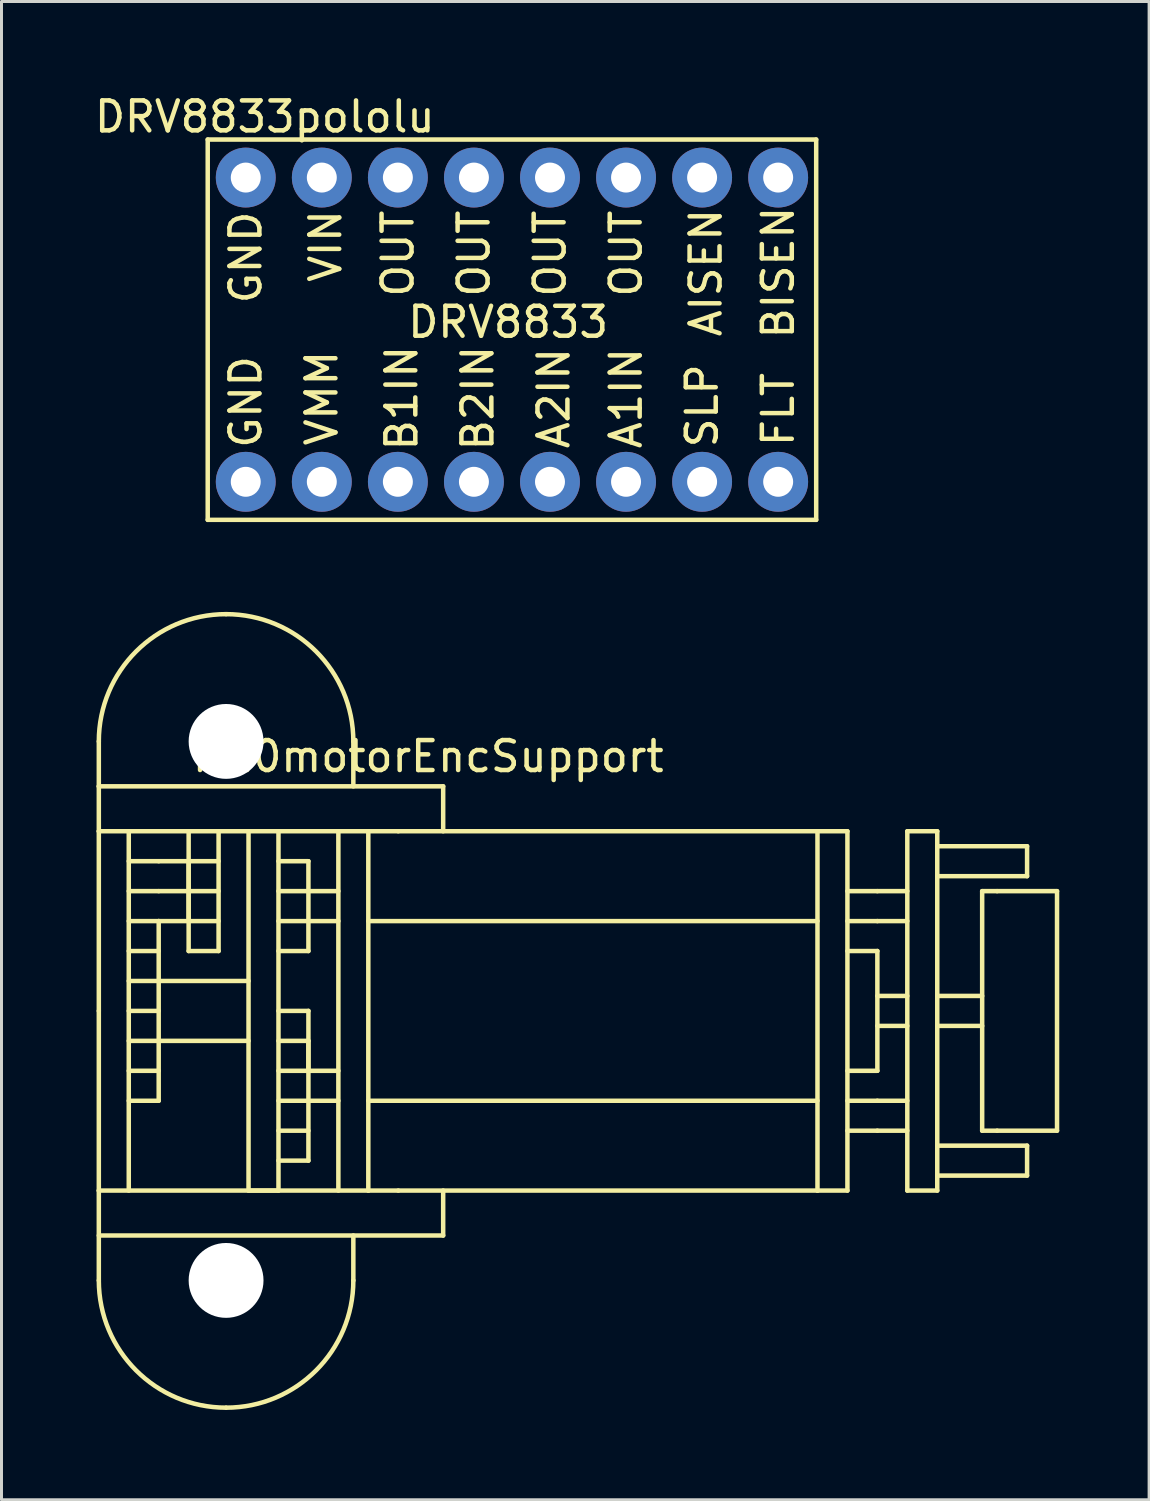
<source format=kicad_pcb>
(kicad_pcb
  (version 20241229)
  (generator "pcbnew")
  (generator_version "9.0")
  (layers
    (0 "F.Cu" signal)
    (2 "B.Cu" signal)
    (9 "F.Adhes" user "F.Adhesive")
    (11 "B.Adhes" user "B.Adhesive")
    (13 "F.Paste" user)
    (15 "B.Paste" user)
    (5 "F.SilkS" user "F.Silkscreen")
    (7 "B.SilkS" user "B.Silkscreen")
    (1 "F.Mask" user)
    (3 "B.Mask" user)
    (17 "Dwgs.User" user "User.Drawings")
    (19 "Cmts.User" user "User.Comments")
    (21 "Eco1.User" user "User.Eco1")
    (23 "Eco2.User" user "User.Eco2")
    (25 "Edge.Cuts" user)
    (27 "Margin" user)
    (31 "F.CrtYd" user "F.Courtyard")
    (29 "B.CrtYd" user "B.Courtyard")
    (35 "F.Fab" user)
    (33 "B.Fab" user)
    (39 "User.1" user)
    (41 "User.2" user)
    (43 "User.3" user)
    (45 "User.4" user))
  (footprint "N20motorEncSupport"
    (layer "F.Cu")
    (at 0.25 30.71)
    (property "Reference" "N20motorEncSupport" (at 11 -8.5 0) (layer "F.SilkS") (effects (font (size 1 1) (thickness 0.15))))
    (attr through_hole)
    (fp_line (start 0 -7.5) (end 0 -9) (stroke (width 0.15) (type solid)) (layer "F.SilkS"))
    (fp_line (start 0 -7.5) (end 11.5 -7.5) (stroke (width 0.15) (type solid)) (layer "F.SilkS"))
    (fp_line (start 0 -6) (end 0 -7.5) (stroke (width 0.15) (type solid)) (layer "F.SilkS"))
    (fp_line (start 0 0) (end 0 -6) (stroke (width 0.15) (type solid)) (layer "F.SilkS"))
    (fp_line (start 0 0) (end 0 6) (stroke (width 0.15) (type solid)) (layer "F.SilkS"))
    (fp_line (start 0 6) (end 9 6) (stroke (width 0.15) (type solid)) (layer "F.SilkS"))
    (fp_line (start 0 7.5) (end 11.5 7.5) (stroke (width 0.15) (type solid)) (layer "F.SilkS"))
    (fp_line (start 0 9) (end 0 6) (stroke (width 0.15) (type solid)) (layer "F.SilkS"))
    (fp_line (start 1 -6) (end 1 6) (stroke (width 0.15) (type solid)) (layer "F.SilkS"))
    (fp_line (start 1 -5) (end 2 -5) (stroke (width 0.15) (type solid)) (layer "F.SilkS"))
    (fp_line (start 1 -2) (end 2 -2) (stroke (width 0.15) (type solid)) (layer "F.SilkS"))
    (fp_line (start 1 -1) (end 5 -1) (stroke (width 0.15) (type solid)) (layer "F.SilkS"))
    (fp_line (start 1 0) (end 2 0) (stroke (width 0.15) (type solid)) (layer "F.SilkS"))
    (fp_line (start 1 1) (end 5 1) (stroke (width 0.15) (type solid)) (layer "F.SilkS"))
    (fp_line (start 1 2) (end 2 2) (stroke (width 0.15) (type solid)) (layer "F.SilkS"))
    (fp_line (start 1 3) (end 2 3) (stroke (width 0.15) (type solid)) (layer "F.SilkS"))
    (fp_line (start 2 -5) (end 3 -5) (stroke (width 0.15) (type solid)) (layer "F.SilkS"))
    (fp_line (start 2 -4) (end 1 -4) (stroke (width 0.15) (type solid)) (layer "F.SilkS"))
    (fp_line (start 2 -4) (end 3 -4) (stroke (width 0.15) (type solid)) (layer "F.SilkS"))
    (fp_line (start 2 -3) (end 1 -3) (stroke (width 0.15) (type solid)) (layer "F.SilkS"))
    (fp_line (start 2 -1) (end 2 -3) (stroke (width 0.15) (type solid)) (layer "F.SilkS"))
    (fp_line (start 2 -1) (end 2 1) (stroke (width 0.15) (type solid)) (layer "F.SilkS"))
    (fp_line (start 2 3) (end 2 1) (stroke (width 0.15) (type solid)) (layer "F.SilkS"))
    (fp_line (start 3 -6) (end 3 -2) (stroke (width 0.15) (type solid)) (layer "F.SilkS"))
    (fp_line (start 3 -5) (end 3 -3) (stroke (width 0.15) (type solid)) (layer "F.SilkS"))
    (fp_line (start 3 -5) (end 4 -5) (stroke (width 0.15) (type solid)) (layer "F.SilkS"))
    (fp_line (start 3 -4) (end 4 -4) (stroke (width 0.15) (type solid)) (layer "F.SilkS"))
    (fp_line (start 3 -3) (end 2 -3) (stroke (width 0.15) (type solid)) (layer "F.SilkS"))
    (fp_line (start 3 -3) (end 4 -3) (stroke (width 0.15) (type solid)) (layer "F.SilkS"))
    (fp_line (start 3 -2) (end 4 -2) (stroke (width 0.15) (type solid)) (layer "F.SilkS"))
    (fp_line (start 4 -2) (end 4 -6) (stroke (width 0.15) (type solid)) (layer "F.SilkS"))
    (fp_line (start 5 -6) (end 5 6) (stroke (width 0.15) (type solid)) (layer "F.SilkS"))
    (fp_line (start 5 6) (end 6 6) (stroke (width 0.15) (type solid)) (layer "F.SilkS"))
    (fp_line (start 6 -5) (end 7 -5) (stroke (width 0.15) (type solid)) (layer "F.SilkS"))
    (fp_line (start 6 0) (end 7 0) (stroke (width 0.15) (type solid)) (layer "F.SilkS"))
    (fp_line (start 6 1) (end 7 1) (stroke (width 0.15) (type solid)) (layer "F.SilkS"))
    (fp_line (start 6 2) (end 7 2) (stroke (width 0.15) (type solid)) (layer "F.SilkS"))
    (fp_line (start 6 3) (end 7 3) (stroke (width 0.15) (type solid)) (layer "F.SilkS"))
    (fp_line (start 6 4) (end 7 4) (stroke (width 0.15) (type solid)) (layer "F.SilkS"))
    (fp_line (start 6 6) (end 6 -6) (stroke (width 0.15) (type solid)) (layer "F.SilkS"))
    (fp_line (start 7 -5) (end 7 -2) (stroke (width 0.15) (type solid)) (layer "F.SilkS"))
    (fp_line (start 7 -4) (end 6 -4) (stroke (width 0.15) (type solid)) (layer "F.SilkS"))
    (fp_line (start 7 -4) (end 8 -4) (stroke (width 0.15) (type solid)) (layer "F.SilkS"))
    (fp_line (start 7 -3) (end 6 -3) (stroke (width 0.15) (type solid)) (layer "F.SilkS"))
    (fp_line (start 7 -3) (end 8 -3) (stroke (width 0.15) (type solid)) (layer "F.SilkS"))
    (fp_line (start 7 -2) (end 6 -2) (stroke (width 0.15) (type solid)) (layer "F.SilkS"))
    (fp_line (start 7 0) (end 7 5) (stroke (width 0.15) (type solid)) (layer "F.SilkS"))
    (fp_line (start 7 1) (end 7 2) (stroke (width 0.15) (type solid)) (layer "F.SilkS"))
    (fp_line (start 7 2) (end 8 2) (stroke (width 0.15) (type solid)) (layer "F.SilkS"))
    (fp_line (start 7 3) (end 8 3) (stroke (width 0.15) (type solid)) (layer "F.SilkS"))
    (fp_line (start 7 5) (end 6 5) (stroke (width 0.15) (type solid)) (layer "F.SilkS"))
    (fp_line (start 8 -6) (end 8 6) (stroke (width 0.15) (type solid)) (layer "F.SilkS"))
    (fp_line (start 8.5 -9) (end 8.5 -7.5) (stroke (width 0.15) (type solid)) (layer "F.SilkS"))
    (fp_line (start 8.5 9) (end 8.5 7.5) (stroke (width 0.15) (type solid)) (layer "F.SilkS"))
    (fp_line (start 9 -6) (end 0 -6) (stroke (width 0.15) (type solid)) (layer "F.SilkS"))
    (fp_line (start 9 -3) (end 24 -3) (stroke (width 0.15) (type solid)) (layer "F.SilkS"))
    (fp_line (start 9 3) (end 24 3) (stroke (width 0.15) (type solid)) (layer "F.SilkS"))
    (fp_line (start 9 6) (end 9 -6) (stroke (width 0.15) (type solid)) (layer "F.SilkS"))
    (fp_line (start 10 -6) (end 9 -6) (stroke (width 0.15) (type solid)) (layer "F.SilkS"))
    (fp_line (start 10 -6) (end 24 -6) (stroke (width 0.15) (type solid)) (layer "F.SilkS"))
    (fp_line (start 10 6) (end 9 6) (stroke (width 0.15) (type solid)) (layer "F.SilkS"))
    (fp_line (start 11.5 -7.5) (end 11.5 -6) (stroke (width 0.15) (type solid)) (layer "F.SilkS"))
    (fp_line (start 11.5 7.5) (end 11.5 6) (stroke (width 0.15) (type solid)) (layer "F.SilkS"))
    (fp_line (start 24 -6) (end 24 6) (stroke (width 0.15) (type solid)) (layer "F.SilkS"))
    (fp_line (start 24 -6) (end 25 -6) (stroke (width 0.15) (type solid)) (layer "F.SilkS"))
    (fp_line (start 24 6) (end 10 6) (stroke (width 0.15) (type solid)) (layer "F.SilkS"))
    (fp_line (start 25 -6) (end 25 6) (stroke (width 0.15) (type solid)) (layer "F.SilkS"))
    (fp_line (start 25 -4) (end 26 -4) (stroke (width 0.15) (type solid)) (layer "F.SilkS"))
    (fp_line (start 25 -2) (end 26 -2) (stroke (width 0.15) (type solid)) (layer "F.SilkS"))
    (fp_line (start 25 4) (end 26 4) (stroke (width 0.15) (type solid)) (layer "F.SilkS"))
    (fp_line (start 25 6) (end 24 6) (stroke (width 0.15) (type solid)) (layer "F.SilkS"))
    (fp_line (start 26 -4) (end 27 -4) (stroke (width 0.15) (type solid)) (layer "F.SilkS"))
    (fp_line (start 26 -3) (end 25 -3) (stroke (width 0.15) (type solid)) (layer "F.SilkS"))
    (fp_line (start 26 -3) (end 27 -3) (stroke (width 0.15) (type solid)) (layer "F.SilkS"))
    (fp_line (start 26 -2) (end 26 2) (stroke (width 0.15) (type solid)) (layer "F.SilkS"))
    (fp_line (start 26 -0.5) (end 27 -0.5) (stroke (width 0.15) (type solid)) (layer "F.SilkS"))
    (fp_line (start 26 0.5) (end 27 0.5) (stroke (width 0.15) (type solid)) (layer "F.SilkS"))
    (fp_line (start 26 2) (end 25 2) (stroke (width 0.15) (type solid)) (layer "F.SilkS"))
    (fp_line (start 26 3) (end 25 3) (stroke (width 0.15) (type solid)) (layer "F.SilkS"))
    (fp_line (start 26 3) (end 27 3) (stroke (width 0.15) (type solid)) (layer "F.SilkS"))
    (fp_line (start 26 4) (end 27 4) (stroke (width 0.15) (type solid)) (layer "F.SilkS"))
    (fp_line (start 27 -6) (end 27 6) (stroke (width 0.15) (type solid)) (layer "F.SilkS"))
    (fp_line (start 27 6) (end 28 6) (stroke (width 0.15) (type solid)) (layer "F.SilkS"))
    (fp_line (start 28 -6) (end 27 -6) (stroke (width 0.15) (type solid)) (layer "F.SilkS"))
    (fp_line (start 28 -4.5) (end 31 -4.5) (stroke (width 0.15) (type solid)) (layer "F.SilkS"))
    (fp_line (start 28 -0.5) (end 29.5 -0.5) (stroke (width 0.15) (type solid)) (layer "F.SilkS"))
    (fp_line (start 28 0.5) (end 29.5 0.5) (stroke (width 0.15) (type solid)) (layer "F.SilkS"))
    (fp_line (start 28 4.5) (end 31 4.5) (stroke (width 0.15) (type solid)) (layer "F.SilkS"))
    (fp_line (start 28 6) (end 28 -6) (stroke (width 0.15) (type solid)) (layer "F.SilkS"))
    (fp_line (start 29.5 -4) (end 29.5 4) (stroke (width 0.15) (type solid)) (layer "F.SilkS"))
    (fp_line (start 30 -4) (end 29.5 -4) (stroke (width 0.15) (type solid)) (layer "F.SilkS"))
    (fp_line (start 30 4) (end 29.5 4) (stroke (width 0.15) (type solid)) (layer "F.SilkS"))
    (fp_line (start 30 4) (end 32 4) (stroke (width 0.15) (type solid)) (layer "F.SilkS"))
    (fp_line (start 31 -5.5) (end 28 -5.5) (stroke (width 0.15) (type solid)) (layer "F.SilkS"))
    (fp_line (start 31 -4.5) (end 31 -5.5) (stroke (width 0.15) (type solid)) (layer "F.SilkS"))
    (fp_line (start 31 4.5) (end 31 5.5) (stroke (width 0.15) (type solid)) (layer "F.SilkS"))
    (fp_line (start 31 5.5) (end 28 5.5) (stroke (width 0.15) (type solid)) (layer "F.SilkS"))
    (fp_line (start 32 -4) (end 30 -4) (stroke (width 0.15) (type solid)) (layer "F.SilkS"))
    (fp_line (start 32 4) (end 32 -4) (stroke (width 0.15) (type solid)) (layer "F.SilkS"))
    (fp_arc (start 0 -9) (mid 1.244796 -12.005204) (end 4.25 -13.25) (stroke (width 0.15) (type solid)) (layer "F.SilkS"))
    (fp_arc (start 4.25 -13.25) (mid 7.255204 -12.005204) (end 8.5 -9) (stroke (width 0.15) (type solid)) (layer "F.SilkS"))
    (fp_arc (start 4.25 13.25) (mid 1.244796 12.005204) (end 0 9) (stroke (width 0.15) (type solid)) (layer "F.SilkS"))
    (fp_arc (start 8.5 9) (mid 7.255204 12.005204) (end 4.25 13.25) (stroke (width 0.15) (type solid)) (layer "F.SilkS"))
    (pad "" np_thru_hole circle (at 4.25 -9) (size 2.5 2.5) (drill 2.5) (layers "*.Cu" "*.Mask"))
    (pad "" np_thru_hole circle (at 4.25 9) (size 2.5 2.5) (drill 2.5) (layers "*.Cu" "*.Mask")))
  (footprint "DRV8833pololu"
    (layer "F.Cu")
    (at 5.157 13.04)
    (property "Reference" "DRV8833pololu" (at 0.635 -12.192 0) (layer "F.SilkS") (effects (font (size 1 1) (thickness 0.15))))
    (attr through_hole)
    (fp_line (start -1.27 -11.43) (end -1.27 1.27) (stroke (width 0.15) (type solid)) (layer "F.SilkS"))
    (fp_line (start -1.27 1.27) (end 19.05 1.27) (stroke (width 0.15) (type solid)) (layer "F.SilkS"))
    (fp_line (start 19.05 -11.43) (end -1.27 -11.43) (stroke (width 0.15) (type solid)) (layer "F.SilkS"))
    (fp_line (start 19.05 1.27) (end 19.05 -11.43) (stroke (width 0.15) (type solid)) (layer "F.SilkS"))
    (fp_text user "OUT" (at 12.7 -7.62 90) (layer "F.SilkS") (effects (font (size 1 1) (thickness 0.15))))
    (fp_text user "DRV8833" (at 8.763 -5.334 0) (layer "F.SilkS") (effects (font (size 1 1) (thickness 0.15))))
    (fp_text user "GND" (at 0 -7.493 90) (layer "F.SilkS") (effects (font (size 1 1) (thickness 0.15))))
    (fp_text user "VMM" (at 2.54 -2.794 90) (layer "F.SilkS") (effects (font (size 1 1) (thickness 0.15))))
    (fp_text user "SLP" (at 15.24 -2.54 90) (layer "F.SilkS") (effects (font (size 1 1) (thickness 0.15))))
    (fp_text user "OUT" (at 5.08 -7.62 90) (layer "F.SilkS") (effects (font (size 1 1) (thickness 0.15))))
    (fp_text user "BISEN" (at 17.78 -6.985 90) (layer "F.SilkS") (effects (font (size 1 1) (thickness 0.15))))
    (fp_text user "VIN" (at 2.667 -7.874 90) (layer "F.SilkS") (effects (font (size 1 1) (thickness 0.15))))
    (fp_text user "B2IN" (at 7.747 -2.794 90) (layer "F.SilkS") (effects (font (size 1 1) (thickness 0.15))))
    (fp_text user "AISEN" (at 15.367 -6.985 90) (layer "F.SilkS") (effects (font (size 1 1) (thickness 0.15))))
    (fp_text user "B1IN" (at 5.207 -2.794 90) (layer "F.SilkS") (effects (font (size 1 1) (thickness 0.15))))
    (fp_text user "A2IN" (at 10.287 -2.794 90) (layer "F.SilkS") (effects (font (size 1 1) (thickness 0.15))))
    (fp_text user "GND" (at 0 -2.667 90) (layer "F.SilkS") (effects (font (size 1 1) (thickness 0.15))))
    (fp_text user "A1IN" (at 12.7 -2.794 90) (layer "F.SilkS") (effects (font (size 1 1) (thickness 0.15))))
    (fp_text user "FLT" (at 17.78 -2.413 90) (layer "F.SilkS") (effects (font (size 1 1) (thickness 0.15))))
    (fp_text user "OUT" (at 7.62 -7.62 90) (layer "F.SilkS") (effects (font (size 1 1) (thickness 0.15))))
    (fp_text user "OUT" (at 10.16 -7.62 90) (layer "F.SilkS") (effects (font (size 1 1) (thickness 0.15))))
    (pad "1" thru_hole circle (at 0 0) (size 2 2) (drill 1) (layers "*.Cu" "*.Mask"))
    (pad "2" thru_hole circle (at 2.54 0) (size 2 2) (drill 1) (layers "*.Cu" "*.Mask"))
    (pad "3" thru_hole circle (at 5.08 0) (size 2 2) (drill 1) (layers "*.Cu" "*.Mask"))
    (pad "4" thru_hole circle (at 7.62 0) (size 2 2) (drill 1) (layers "*.Cu" "*.Mask"))
    (pad "5" thru_hole circle (at 10.16 0) (size 2 2) (drill 1) (layers "*.Cu" "*.Mask"))
    (pad "6" thru_hole circle (at 12.7 0) (size 2 2) (drill 1) (layers "*.Cu" "*.Mask"))
    (pad "7" thru_hole circle (at 15.24 0) (size 2 2) (drill 1) (layers "*.Cu" "*.Mask"))
    (pad "8" thru_hole circle (at 17.78 0) (size 2 2) (drill 1) (layers "*.Cu" "*.Mask"))
    (pad "9" thru_hole circle (at 17.78 -10.16) (size 2 2) (drill 1) (layers "*.Cu" "*.Mask"))
    (pad "10" thru_hole circle (at 15.24 -10.16) (size 2 2) (drill 1) (layers "*.Cu" "*.Mask"))
    (pad "11" thru_hole circle (at 12.7 -10.16) (size 2 2) (drill 1) (layers "*.Cu" "*.Mask"))
    (pad "12" thru_hole circle (at 10.16 -10.16) (size 2 2) (drill 1) (layers "*.Cu" "*.Mask"))
    (pad "13" thru_hole circle (at 7.62 -10.16) (size 2 2) (drill 1) (layers "*.Cu" "*.Mask"))
    (pad "14" thru_hole circle (at 5.08 -10.16) (size 2 2) (drill 1) (layers "*.Cu" "*.Mask"))
    (pad "15" thru_hole circle (at 2.54 -10.16) (size 2 2) (drill 1) (layers "*.Cu" "*.Mask"))
    (pad "16" thru_hole circle (at 0 -10.16) (size 2 2) (drill 1) (layers "*.Cu" "*.Mask")))
  (gr_rect
    (start -3 -3)
    (end 35.325 47.035)
    (stroke (width 0.1) (type default))
    (fill no)
    (layer "Edge.Cuts")))
</source>
